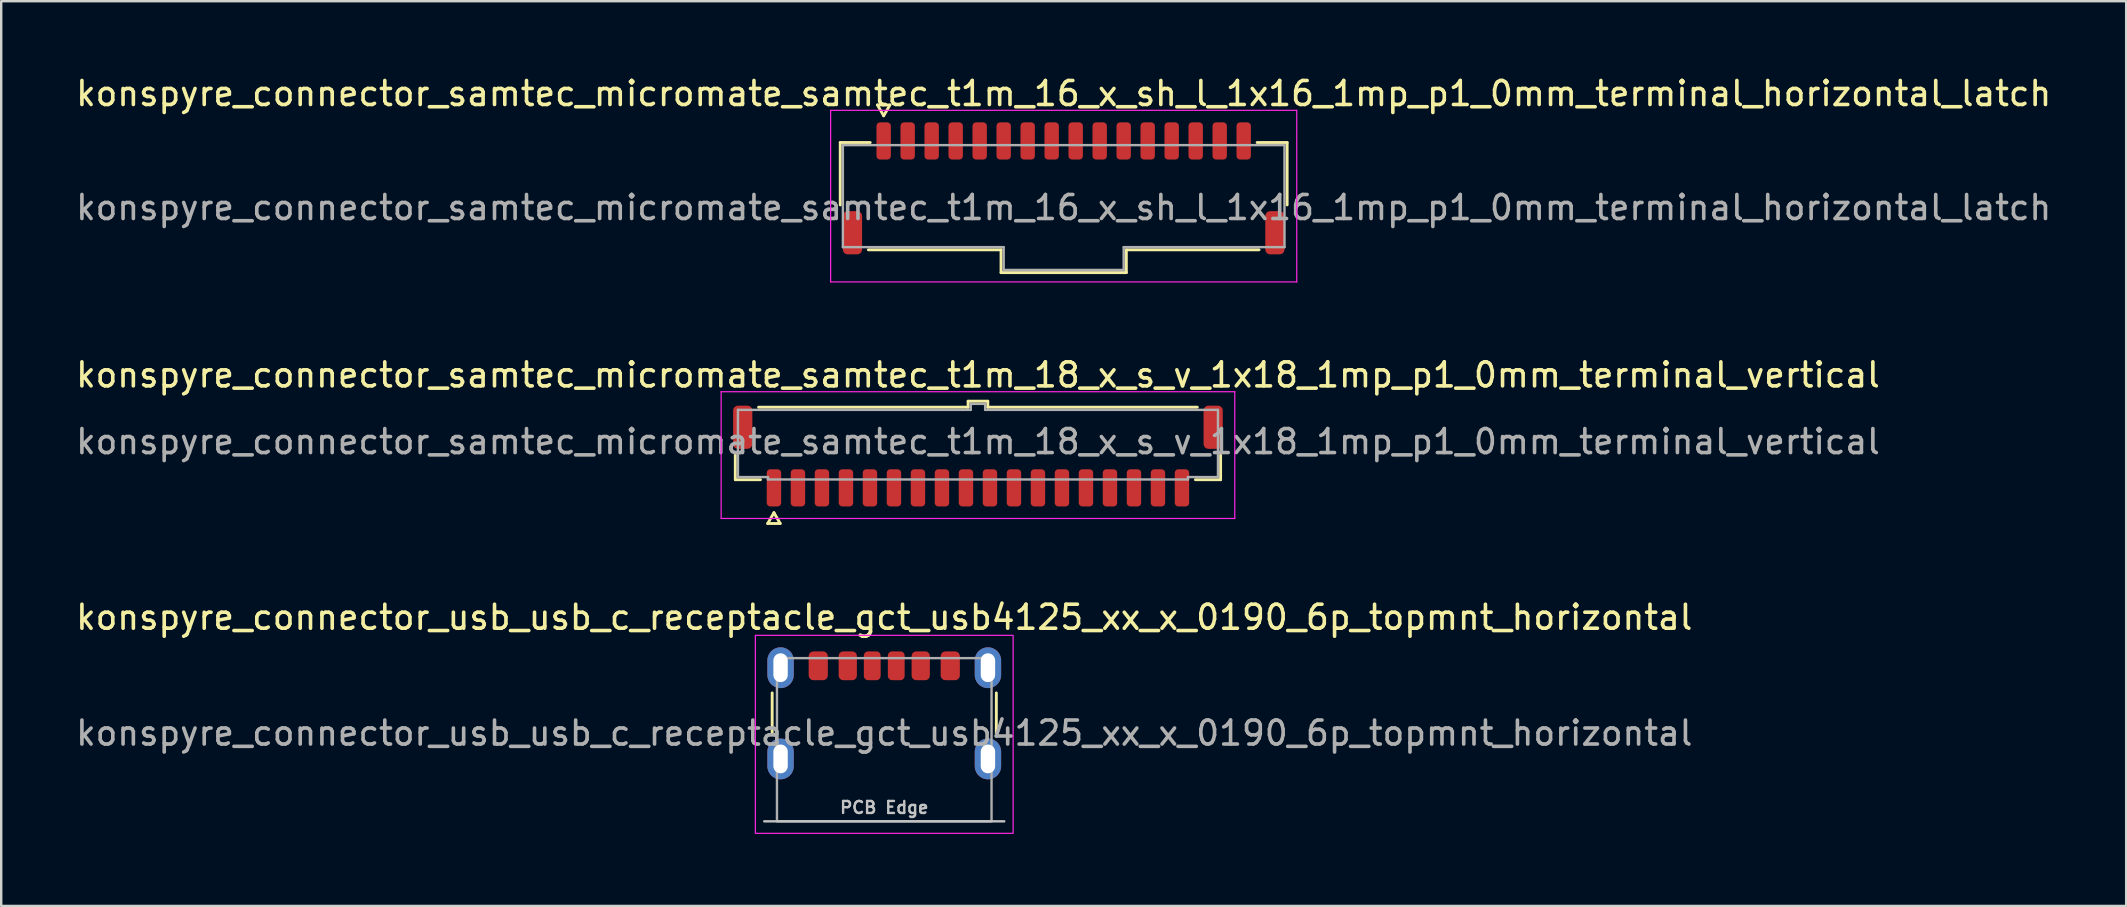
<source format=kicad_pcb>
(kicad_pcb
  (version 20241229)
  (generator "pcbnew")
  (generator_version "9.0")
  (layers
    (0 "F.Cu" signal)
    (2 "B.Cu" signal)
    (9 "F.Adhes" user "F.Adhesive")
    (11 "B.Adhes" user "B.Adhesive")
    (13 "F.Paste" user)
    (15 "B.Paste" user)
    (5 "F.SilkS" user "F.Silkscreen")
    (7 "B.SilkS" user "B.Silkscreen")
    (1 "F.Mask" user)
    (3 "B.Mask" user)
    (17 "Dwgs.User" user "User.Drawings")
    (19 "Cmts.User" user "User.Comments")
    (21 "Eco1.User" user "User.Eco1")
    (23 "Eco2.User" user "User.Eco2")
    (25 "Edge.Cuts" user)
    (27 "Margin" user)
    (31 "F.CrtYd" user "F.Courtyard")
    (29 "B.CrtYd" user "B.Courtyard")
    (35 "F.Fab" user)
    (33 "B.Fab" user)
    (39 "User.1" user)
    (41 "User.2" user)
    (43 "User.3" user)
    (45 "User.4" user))
  (footprint "konspyre_connector_samtec_micromate_samtec_t1m_18_x_s_v_1x18_1mp_p1_0mm_terminal_vertical"
    (layer "F.Cu")
    (at 37.696 15.351)
    (property "Reference" "konspyre_connector_samtec_micromate_samtec_t1m_18_x_s_v_1x18_1mp_p1_0mm_terminal_vertical" (at 0 -2.78 0) (layer "F.SilkS") (effects (font (size 1 1) (thickness 0.15))))
    (attr smd)
    (fp_line (start -10.11 1.585) (end -10.11 0.56) (stroke (width 0.12) (type solid)) (layer "F.SilkS"))
    (fp_line (start -9.14 -1.435) (end -0.41 -1.435) (stroke (width 0.12) (type solid)) (layer "F.SilkS"))
    (fp_line (start -9.06 1.585) (end -10.11 1.585) (stroke (width 0.12) (type solid)) (layer "F.SilkS"))
    (fp_line (start -8.76 3.41) (end -8.5 2.96) (stroke (width 0.12) (type solid)) (layer "F.SilkS"))
    (fp_line (start -8.5 2.96) (end -8.24 3.41) (stroke (width 0.12) (type solid)) (layer "F.SilkS"))
    (fp_line (start -8.24 3.41) (end -8.76 3.41) (stroke (width 0.12) (type solid)) (layer "F.SilkS"))
    (fp_line (start -0.41 -1.685) (end 0.41 -1.685) (stroke (width 0.12) (type solid)) (layer "F.SilkS"))
    (fp_line (start -0.41 -1.435) (end -0.41 -1.685) (stroke (width 0.12) (type solid)) (layer "F.SilkS"))
    (fp_line (start 0.41 -1.685) (end 0.41 -1.435) (stroke (width 0.12) (type solid)) (layer "F.SilkS"))
    (fp_line (start 0.41 -1.435) (end 9.14 -1.435) (stroke (width 0.12) (type solid)) (layer "F.SilkS"))
    (fp_line (start 10.11 0.56) (end 10.11 1.585) (stroke (width 0.12) (type solid)) (layer "F.SilkS"))
    (fp_line (start 10.11 1.585) (end 9.06 1.585) (stroke (width 0.12) (type solid)) (layer "F.SilkS"))
    (fp_line (start -10.7 -2.08) (end -10.7 3.2) (stroke (width 0.05) (type solid)) (layer "F.CrtYd"))
    (fp_line (start -10.7 3.2) (end 10.7 3.2) (stroke (width 0.05) (type solid)) (layer "F.CrtYd"))
    (fp_line (start 10.7 -2.08) (end -10.7 -2.08) (stroke (width 0.05) (type solid)) (layer "F.CrtYd"))
    (fp_line (start 10.7 3.2) (end 10.7 -2.08) (stroke (width 0.05) (type solid)) (layer "F.CrtYd"))
    (fp_line (start -10 -1.325) (end -0.3 -1.325) (stroke (width 0.1) (type solid)) (layer "F.Fab"))
    (fp_line (start -10 1.475) (end -10 -1.325) (stroke (width 0.1) (type solid)) (layer "F.Fab"))
    (fp_line (start -8.75 1.475) (end -10 1.475) (stroke (width 0.1) (type solid)) (layer "F.Fab"))
    (fp_line (start -8.75 1.575) (end -8.75 1.475) (stroke (width 0.1) (type solid)) (layer "F.Fab"))
    (fp_line (start -0.3 -1.575) (end 0.3 -1.575) (stroke (width 0.1) (type solid)) (layer "F.Fab"))
    (fp_line (start -0.3 -1.325) (end -0.3 -1.575) (stroke (width 0.1) (type solid)) (layer "F.Fab"))
    (fp_line (start 0.3 -1.575) (end 0.3 -1.325) (stroke (width 0.1) (type solid)) (layer "F.Fab"))
    (fp_line (start 0.3 -1.325) (end 10 -1.325) (stroke (width 0.1) (type solid)) (layer "F.Fab"))
    (fp_line (start 8.75 1.475) (end 8.75 1.575) (stroke (width 0.1) (type solid)) (layer "F.Fab"))
    (fp_line (start 8.75 1.575) (end -8.75 1.575) (stroke (width 0.1) (type solid)) (layer "F.Fab"))
    (fp_line (start 10 -1.325) (end 10 1.475) (stroke (width 0.1) (type solid)) (layer "F.Fab"))
    (fp_line (start 10 1.475) (end 8.75 1.475) (stroke (width 0.1) (type solid)) (layer "F.Fab"))
    (fp_text user "${REFERENCE}" (at 0 0 0) (layer "F.Fab") (effects (font (size 1 1) (thickness 0.15))))
    (pad "1" smd roundrect (at -8.5 1.925) (size 0.6 1.55) (layers "F.Cu" "F.Mask" "F.Paste") (roundrect_rratio 0.25))
    (pad "2" smd roundrect (at -7.5 1.925) (size 0.6 1.55) (layers "F.Cu" "F.Mask" "F.Paste") (roundrect_rratio 0.25))
    (pad "3" smd roundrect (at -6.5 1.925) (size 0.6 1.55) (layers "F.Cu" "F.Mask" "F.Paste") (roundrect_rratio 0.25))
    (pad "4" smd roundrect (at -5.5 1.925) (size 0.6 1.55) (layers "F.Cu" "F.Mask" "F.Paste") (roundrect_rratio 0.25))
    (pad "5" smd roundrect (at -4.5 1.925) (size 0.6 1.55) (layers "F.Cu" "F.Mask" "F.Paste") (roundrect_rratio 0.25))
    (pad "6" smd roundrect (at -3.5 1.925) (size 0.6 1.55) (layers "F.Cu" "F.Mask" "F.Paste") (roundrect_rratio 0.25))
    (pad "7" smd roundrect (at -2.5 1.925) (size 0.6 1.55) (layers "F.Cu" "F.Mask" "F.Paste") (roundrect_rratio 0.25))
    (pad "8" smd roundrect (at -1.5 1.925) (size 0.6 1.55) (layers "F.Cu" "F.Mask" "F.Paste") (roundrect_rratio 0.25))
    (pad "9" smd roundrect (at -0.5 1.925) (size 0.6 1.55) (layers "F.Cu" "F.Mask" "F.Paste") (roundrect_rratio 0.25))
    (pad "10" smd roundrect (at 0.5 1.925) (size 0.6 1.55) (layers "F.Cu" "F.Mask" "F.Paste") (roundrect_rratio 0.25))
    (pad "11" smd roundrect (at 1.5 1.925) (size 0.6 1.55) (layers "F.Cu" "F.Mask" "F.Paste") (roundrect_rratio 0.25))
    (pad "12" smd roundrect (at 2.5 1.925) (size 0.6 1.55) (layers "F.Cu" "F.Mask" "F.Paste") (roundrect_rratio 0.25))
    (pad "13" smd roundrect (at 3.5 1.925) (size 0.6 1.55) (layers "F.Cu" "F.Mask" "F.Paste") (roundrect_rratio 0.25))
    (pad "14" smd roundrect (at 4.5 1.925) (size 0.6 1.55) (layers "F.Cu" "F.Mask" "F.Paste") (roundrect_rratio 0.25))
    (pad "15" smd roundrect (at 5.5 1.925) (size 0.6 1.55) (layers "F.Cu" "F.Mask" "F.Paste") (roundrect_rratio 0.25))
    (pad "16" smd roundrect (at 6.5 1.925) (size 0.6 1.55) (layers "F.Cu" "F.Mask" "F.Paste") (roundrect_rratio 0.25))
    (pad "17" smd roundrect (at 7.5 1.925) (size 0.6 1.55) (layers "F.Cu" "F.Mask" "F.Paste") (roundrect_rratio 0.25))
    (pad "18" smd roundrect (at 8.5 1.925) (size 0.6 1.55) (layers "F.Cu" "F.Mask" "F.Paste") (roundrect_rratio 0.25))
    (pad "MP" smd roundrect (at -9.8 -0.6) (size 0.8 1.8) (layers "F.Cu" "F.Mask" "F.Paste") (roundrect_rratio 0.25))
    (pad "MP" smd roundrect (at 9.8 -0.6) (size 0.8 1.8) (layers "F.Cu" "F.Mask" "F.Paste") (roundrect_rratio 0.25)))
  (footprint "konspyre_connector_usb_usb_c_receptacle_gct_usb4125_xx_x_0190_6p_topmnt_horizontal"
    (layer "F.Cu")
    (at 33.792 27.77)
    (property "Reference" "konspyre_connector_usb_usb_c_receptacle_gct_usb4125_xx_x_0190_6p_topmnt_horizontal" (at 0 -5.1 0) (unlocked yes) (layer "F.SilkS") (effects (font (size 1 1) (thickness 0.15))))
    (attr smd)
    (fp_line (start -4.67 -0.25) (end -4.67 -1.95) (stroke (width 0.12) (type solid)) (layer "F.SilkS"))
    (fp_line (start 4.67 -0.25) (end 4.67 -1.95) (stroke (width 0.12) (type solid)) (layer "F.SilkS"))
    (fp_line (start 5 3.4) (end -5 3.4) (stroke (width 0.1) (type solid)) (layer "Dwgs.User"))
    (fp_rect (start -5.37 -4.35) (end 5.37 3.9) (stroke (width 0.05) (type solid)) (fill no) (layer "F.CrtYd"))
    (fp_rect (start -4.47 -3.4) (end 4.47 3.4) (stroke (width 0.1) (type solid)) (fill no) (layer "F.Fab"))
    (fp_text user "PCB Edge" (at 0 2.825 0) (unlocked yes) (layer "Dwgs.User") (effects (font (size 0.5 0.5) (thickness 0.1))))
    (fp_text user "${REFERENCE}" (at 0 -0.275 0) (unlocked yes) (layer "F.Fab") (effects (font (size 1 1) (thickness 0.15))))
    (pad "A5" smd roundrect (at -0.5 -3.08) (size 0.7 1.2) (layers "F.Cu" "F.Mask" "F.Paste") (roundrect_rratio 0.25))
    (pad "A9" smd roundrect (at 1.52 -3.08 180) (size 0.76 1.2) (layers "F.Cu" "F.Mask" "F.Paste") (roundrect_rratio 0.25))
    (pad "A12" smd roundrect (at 2.75 -3.08 180) (size 0.8 1.2) (layers "F.Cu" "F.Mask" "F.Paste") (roundrect_rratio 0.25))
    (pad "B5" smd roundrect (at 0.5 -3.08 180) (size 0.7 1.2) (layers "F.Cu" "F.Mask" "F.Paste") (roundrect_rratio 0.25))
    (pad "B9" smd roundrect (at -1.52 -3.08) (size 0.76 1.2) (layers "F.Cu" "F.Mask" "F.Paste") (roundrect_rratio 0.25))
    (pad "B12" smd roundrect (at -2.75 -3.08) (size 0.8 1.2) (layers "F.Cu" "F.Mask" "F.Paste") (roundrect_rratio 0.25))
    (pad "S1" thru_hole oval (at -4.32 -3) (size 1.1 1.7) (drill oval 0.6 1.2) (layers "*.Cu" "*.Mask" "F.Paste"))
    (pad "S1" thru_hole oval (at -4.32 0.8) (size 1.1 1.7) (drill oval 0.6 1.2) (layers "*.Cu" "*.Mask" "F.Paste"))
    (pad "S1" thru_hole oval (at 4.32 -3) (size 1.1 1.7) (drill oval 0.6 1.2) (layers "*.Cu" "*.Mask" "F.Paste"))
    (pad "S1" thru_hole oval (at 4.32 0.8) (size 1.1 1.7) (drill oval 0.6 1.2) (layers "*.Cu" "*.Mask" "F.Paste")))
  (footprint "konspyre_connector_samtec_micromate_samtec_t1m_16_x_sh_l_1x16_1mp_p1_0mm_terminal_horizontal_latch"
    (layer "F.Cu")
    (at 41.268 5.598)
    (property "Reference" "konspyre_connector_samtec_micromate_samtec_t1m_16_x_sh_l_1x16_1mp_p1_0mm_terminal_horizontal_latch" (at 0 -4.75 0) (layer "F.SilkS") (effects (font (size 1 1) (thickness 0.15))))
    (attr smd)
    (fp_line (start -9.31 -2.71) (end -8.06 -2.71) (stroke (width 0.12) (type solid)) (layer "F.SilkS"))
    (fp_line (start -9.31 -0.11) (end -9.31 -2.71) (stroke (width 0.12) (type solid)) (layer "F.SilkS"))
    (fp_line (start -7.76 -4.275) (end -7.5 -3.825) (stroke (width 0.12) (type solid)) (layer "F.SilkS"))
    (fp_line (start -7.5 -3.825) (end -7.24 -4.275) (stroke (width 0.12) (type solid)) (layer "F.SilkS"))
    (fp_line (start -7.24 -4.275) (end -7.76 -4.275) (stroke (width 0.12) (type solid)) (layer "F.SilkS"))
    (fp_line (start -2.61 1.76) (end -8.14 1.76) (stroke (width 0.12) (type solid)) (layer "F.SilkS"))
    (fp_line (start -2.61 2.71) (end -2.61 1.76) (stroke (width 0.12) (type solid)) (layer "F.SilkS"))
    (fp_line (start 2.61 1.76) (end 2.61 2.71) (stroke (width 0.12) (type solid)) (layer "F.SilkS"))
    (fp_line (start 2.61 2.71) (end -2.61 2.71) (stroke (width 0.12) (type solid)) (layer "F.SilkS"))
    (fp_line (start 8.06 -2.71) (end 9.31 -2.71) (stroke (width 0.12) (type solid)) (layer "F.SilkS"))
    (fp_line (start 8.14 1.76) (end 2.61 1.76) (stroke (width 0.12) (type solid)) (layer "F.SilkS"))
    (fp_line (start 9.31 -2.71) (end 9.31 -0.11) (stroke (width 0.12) (type solid)) (layer "F.SilkS"))
    (fp_line (start -9.71 -4.05) (end -9.71 3.1) (stroke (width 0.05) (type solid)) (layer "F.CrtYd"))
    (fp_line (start -9.71 3.1) (end 9.71 3.1) (stroke (width 0.05) (type solid)) (layer "F.CrtYd"))
    (fp_line (start 9.71 -4.05) (end -9.71 -4.05) (stroke (width 0.05) (type solid)) (layer "F.CrtYd"))
    (fp_line (start 9.71 3.1) (end 9.71 -4.05) (stroke (width 0.05) (type solid)) (layer "F.CrtYd"))
    (fp_line (start -9.2 -2.6) (end 9.2 -2.6) (stroke (width 0.1) (type solid)) (layer "F.Fab"))
    (fp_line (start -9.2 1.65) (end -9.2 -2.6) (stroke (width 0.1) (type solid)) (layer "F.Fab"))
    (fp_line (start -2.5 1.65) (end -9.2 1.65) (stroke (width 0.1) (type solid)) (layer "F.Fab"))
    (fp_line (start -2.5 2.6) (end -2.5 1.65) (stroke (width 0.1) (type solid)) (layer "F.Fab"))
    (fp_line (start 2.5 1.65) (end 2.5 2.6) (stroke (width 0.1) (type solid)) (layer "F.Fab"))
    (fp_line (start 2.5 2.6) (end -2.5 2.6) (stroke (width 0.1) (type solid)) (layer "F.Fab"))
    (fp_line (start 9.2 -2.6) (end 9.2 1.65) (stroke (width 0.1) (type solid)) (layer "F.Fab"))
    (fp_line (start 9.2 1.65) (end 2.5 1.65) (stroke (width 0.1) (type solid)) (layer "F.Fab"))
    (fp_text user "${REFERENCE}" (at 0 0 0) (layer "F.Fab") (effects (font (size 1 1) (thickness 0.15))))
    (pad "1" smd roundrect (at -7.5 -2.775) (size 0.6 1.55) (layers "F.Cu" "F.Mask" "F.Paste") (roundrect_rratio 0.25))
    (pad "2" smd roundrect (at -6.5 -2.775) (size 0.6 1.55) (layers "F.Cu" "F.Mask" "F.Paste") (roundrect_rratio 0.25))
    (pad "3" smd roundrect (at -5.5 -2.775) (size 0.6 1.55) (layers "F.Cu" "F.Mask" "F.Paste") (roundrect_rratio 0.25))
    (pad "4" smd roundrect (at -4.5 -2.775) (size 0.6 1.55) (layers "F.Cu" "F.Mask" "F.Paste") (roundrect_rratio 0.25))
    (pad "5" smd roundrect (at -3.5 -2.775) (size 0.6 1.55) (layers "F.Cu" "F.Mask" "F.Paste") (roundrect_rratio 0.25))
    (pad "6" smd roundrect (at -2.5 -2.775) (size 0.6 1.55) (layers "F.Cu" "F.Mask" "F.Paste") (roundrect_rratio 0.25))
    (pad "7" smd roundrect (at -1.5 -2.775) (size 0.6 1.55) (layers "F.Cu" "F.Mask" "F.Paste") (roundrect_rratio 0.25))
    (pad "8" smd roundrect (at -0.5 -2.775) (size 0.6 1.55) (layers "F.Cu" "F.Mask" "F.Paste") (roundrect_rratio 0.25))
    (pad "9" smd roundrect (at 0.5 -2.775) (size 0.6 1.55) (layers "F.Cu" "F.Mask" "F.Paste") (roundrect_rratio 0.25))
    (pad "10" smd roundrect (at 1.5 -2.775) (size 0.6 1.55) (layers "F.Cu" "F.Mask" "F.Paste") (roundrect_rratio 0.25))
    (pad "11" smd roundrect (at 2.5 -2.775) (size 0.6 1.55) (layers "F.Cu" "F.Mask" "F.Paste") (roundrect_rratio 0.25))
    (pad "12" smd roundrect (at 3.5 -2.775) (size 0.6 1.55) (layers "F.Cu" "F.Mask" "F.Paste") (roundrect_rratio 0.25))
    (pad "13" smd roundrect (at 4.5 -2.775) (size 0.6 1.55) (layers "F.Cu" "F.Mask" "F.Paste") (roundrect_rratio 0.25))
    (pad "14" smd roundrect (at 5.5 -2.775) (size 0.6 1.55) (layers "F.Cu" "F.Mask" "F.Paste") (roundrect_rratio 0.25))
    (pad "15" smd roundrect (at 6.5 -2.775) (size 0.6 1.55) (layers "F.Cu" "F.Mask" "F.Paste") (roundrect_rratio 0.25))
    (pad "16" smd roundrect (at 7.5 -2.775) (size 0.6 1.55) (layers "F.Cu" "F.Mask" "F.Paste") (roundrect_rratio 0.25))
    (pad "MP" smd roundrect (at -8.8 1.05) (size 0.8 1.8) (layers "F.Cu" "F.Mask" "F.Paste") (roundrect_rratio 0.25))
    (pad "MP" smd roundrect (at 8.8 1.05) (size 0.8 1.8) (layers "F.Cu" "F.Mask" "F.Paste") (roundrect_rratio 0.25)))
  (gr_rect
    (start -3 -3)
    (end 85.536 34.695)
    (stroke (width 0.1) (type default))
    (fill no)
    (layer "Edge.Cuts")))
</source>
